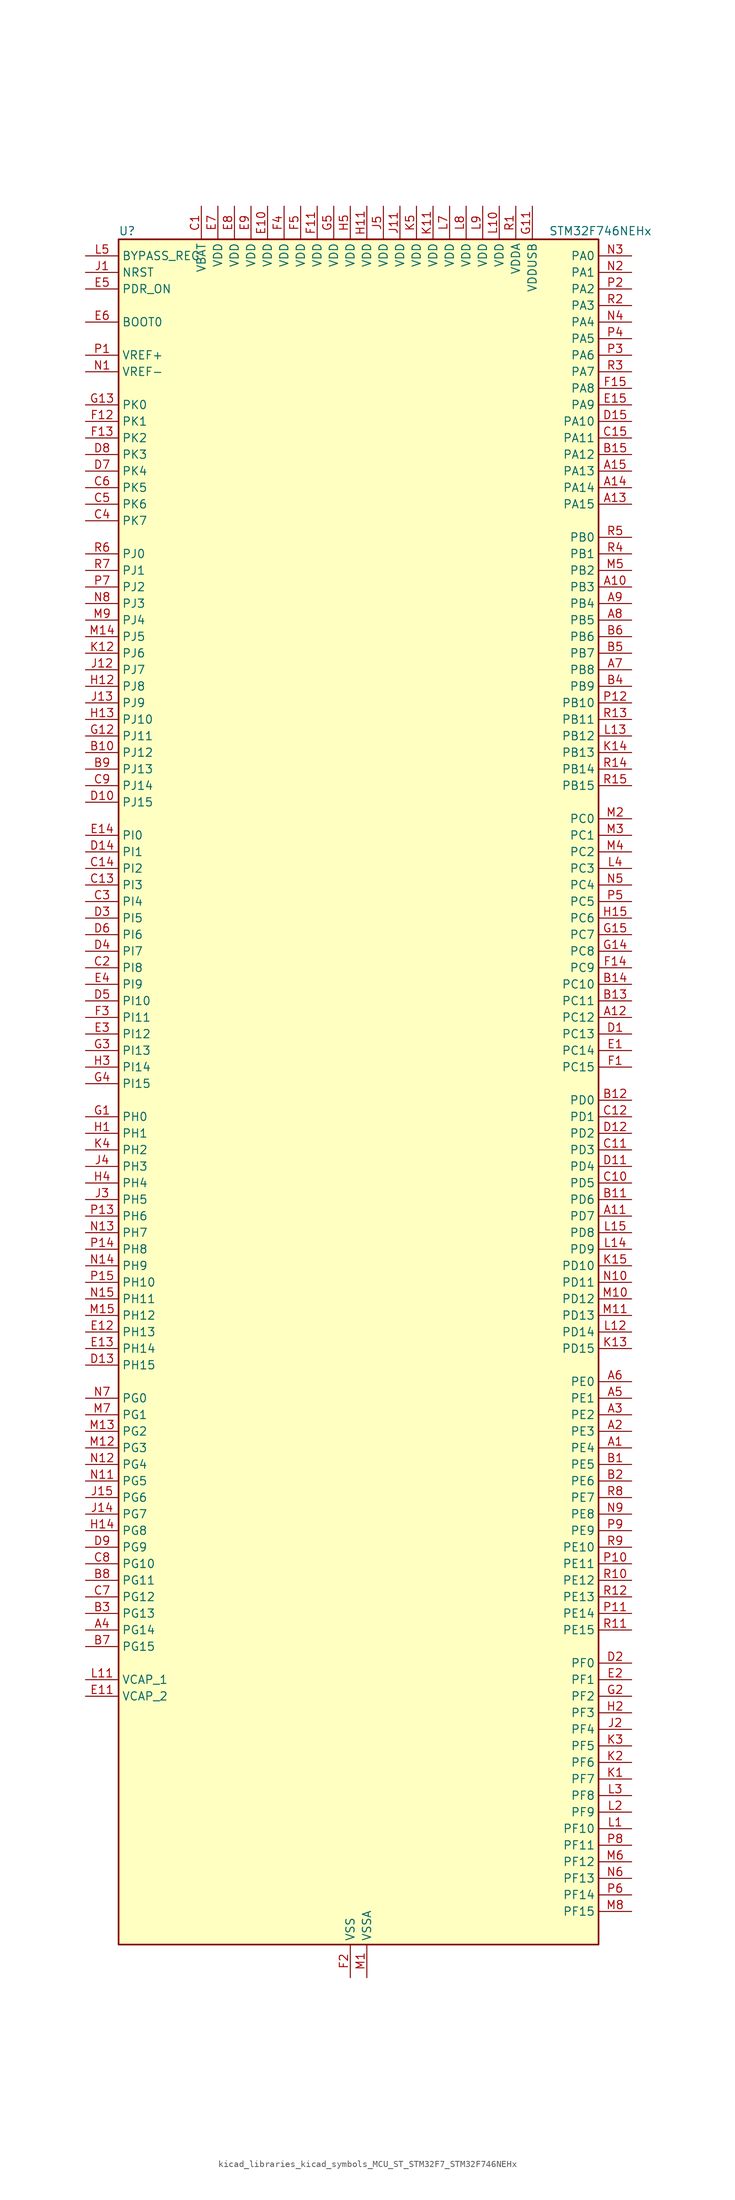
<source format=kicad_sym>
(kicad_symbol_lib
  (version 20220914)
  (generator kicad_symbol_editor)
  (symbol "kicad_libraries_kicad_symbols_MCU_ST_STM32F7_STM32F746NEHx"
    (property "Reference" "U"
      (at -35.56 133.35 0)
      (effects (font (size 1.27 1.27)) (justify left)))
    (property "Value" "STM32F746NEHx"
      (at 30.48 133.35 0)
      (effects (font (size 1.27 1.27)) (justify left)))
    (property "ki_locked" ""
      (at 0 0 0)
      (effects (font (size 1.27 1.27))))
    (symbol "kicad_libraries_kicad_symbols_MCU_ST_STM32F7_STM32F746NEHx_0_1"
      (rectangle (start -35.56 -129.54) (end 38.1 132.08) (stroke (width 0.254) (type default)) (fill (type background))))
    (symbol "kicad_libraries_kicad_symbols_MCU_ST_STM32F7_STM32F746NEHx_1_1"
      (pin bidirectional line (at 43.18 -53.34 180) (length 5.08) (name "PE4" (effects (font (size 1.27 1.27)))) (number "A1" (effects (font (size 1.27 1.27)))) (alternate "DCMI_D4" bidirectional line) (alternate "FMC_A20" bidirectional line) (alternate "LTDC_B0" bidirectional line) (alternate "SAI1_FS_A" bidirectional line) (alternate "SPI4_NSS" bidirectional line) (alternate "SYS_TRACED1" bidirectional line))
      (pin bidirectional line (at 43.18 78.74 180) (length 5.08) (name "PB3" (effects (font (size 1.27 1.27)))) (number "A10" (effects (font (size 1.27 1.27)))) (alternate "I2S1_CK" bidirectional line) (alternate "I2S3_CK" bidirectional line) (alternate "SPI1_SCK" bidirectional line) (alternate "SPI3_SCK" bidirectional line) (alternate "SYS_JTDO-SWO" bidirectional line) (alternate "TIM2_CH2" bidirectional line))
      (pin bidirectional line (at 43.18 -17.78 180) (length 5.08) (name "PD7" (effects (font (size 1.27 1.27)))) (number "A11" (effects (font (size 1.27 1.27)))) (alternate "FMC_NE1" bidirectional line) (alternate "SPDIFRX_IN0" bidirectional line) (alternate "USART2_CK" bidirectional line))
      (pin bidirectional line (at 43.18 12.7 180) (length 5.08) (name "PC12" (effects (font (size 1.27 1.27)))) (number "A12" (effects (font (size 1.27 1.27)))) (alternate "DCMI_D9" bidirectional line) (alternate "I2S3_SD" bidirectional line) (alternate "SDMMC1_CK" bidirectional line) (alternate "SPI3_MOSI" bidirectional line) (alternate "SYS_TRACED3" bidirectional line) (alternate "UART5_TX" bidirectional line) (alternate "USART3_CK" bidirectional line))
      (pin bidirectional line (at 43.18 91.44 180) (length 5.08) (name "PA15" (effects (font (size 1.27 1.27)))) (number "A13" (effects (font (size 1.27 1.27)))) (alternate "CEC" bidirectional line) (alternate "I2S1_WS" bidirectional line) (alternate "I2S3_WS" bidirectional line) (alternate "SPI1_NSS" bidirectional line) (alternate "SPI3_NSS" bidirectional line) (alternate "SYS_JTDI" bidirectional line) (alternate "TIM2_CH1" bidirectional line) (alternate "TIM2_ETR" bidirectional line) (alternate "UART4_DE" bidirectional line) (alternate "UART4_RTS" bidirectional line))
      (pin bidirectional line (at 43.18 93.98 180) (length 5.08) (name "PA14" (effects (font (size 1.27 1.27)))) (number "A14" (effects (font (size 1.27 1.27)))) (alternate "SYS_JTCK-SWCLK" bidirectional line))
      (pin bidirectional line (at 43.18 96.52 180) (length 5.08) (name "PA13" (effects (font (size 1.27 1.27)))) (number "A15" (effects (font (size 1.27 1.27)))) (alternate "SYS_JTMS-SWDIO" bidirectional line))
      (pin bidirectional line (at 43.18 -50.8 180) (length 5.08) (name "PE3" (effects (font (size 1.27 1.27)))) (number "A2" (effects (font (size 1.27 1.27)))) (alternate "FMC_A19" bidirectional line) (alternate "SAI1_SD_B" bidirectional line) (alternate "SYS_TRACED0" bidirectional line))
      (pin bidirectional line (at 43.18 -48.26 180) (length 5.08) (name "PE2" (effects (font (size 1.27 1.27)))) (number "A3" (effects (font (size 1.27 1.27)))) (alternate "ETH_TXD3" bidirectional line) (alternate "FMC_A23" bidirectional line) (alternate "QUADSPI_BK1_IO2" bidirectional line) (alternate "SAI1_MCLK_A" bidirectional line) (alternate "SPI4_SCK" bidirectional line) (alternate "SYS_TRACECLK" bidirectional line))
      (pin bidirectional line (at -40.64 -81.28 0) (length 5.08) (name "PG14" (effects (font (size 1.27 1.27)))) (number "A4" (effects (font (size 1.27 1.27)))) (alternate "ETH_TXD1" bidirectional line) (alternate "FMC_A25" bidirectional line) (alternate "LPTIM1_ETR" bidirectional line) (alternate "LTDC_B0" bidirectional line) (alternate "QUADSPI_BK2_IO3" bidirectional line) (alternate "SPI6_MOSI" bidirectional line) (alternate "SYS_TRACED1" bidirectional line) (alternate "USART6_TX" bidirectional line))
      (pin bidirectional line (at 43.18 -45.72 180) (length 5.08) (name "PE1" (effects (font (size 1.27 1.27)))) (number "A5" (effects (font (size 1.27 1.27)))) (alternate "DCMI_D3" bidirectional line) (alternate "FMC_NBL1" bidirectional line) (alternate "LPTIM1_IN2" bidirectional line) (alternate "UART8_TX" bidirectional line))
      (pin bidirectional line (at 43.18 -43.18 180) (length 5.08) (name "PE0" (effects (font (size 1.27 1.27)))) (number "A6" (effects (font (size 1.27 1.27)))) (alternate "DCMI_D2" bidirectional line) (alternate "FMC_NBL0" bidirectional line) (alternate "LPTIM1_ETR" bidirectional line) (alternate "SAI2_MCLK_A" bidirectional line) (alternate "TIM4_ETR" bidirectional line) (alternate "UART8_RX" bidirectional line))
      (pin bidirectional line (at 43.18 66.04 180) (length 5.08) (name "PB8" (effects (font (size 1.27 1.27)))) (number "A7" (effects (font (size 1.27 1.27)))) (alternate "CAN1_RX" bidirectional line) (alternate "DCMI_D6" bidirectional line) (alternate "ETH_TXD3" bidirectional line) (alternate "I2C1_SCL" bidirectional line) (alternate "LTDC_B6" bidirectional line) (alternate "SDMMC1_D4" bidirectional line) (alternate "TIM10_CH1" bidirectional line) (alternate "TIM4_CH3" bidirectional line))
      (pin bidirectional line (at 43.18 73.66 180) (length 5.08) (name "PB5" (effects (font (size 1.27 1.27)))) (number "A8" (effects (font (size 1.27 1.27)))) (alternate "CAN2_RX" bidirectional line) (alternate "DCMI_D10" bidirectional line) (alternate "ETH_PPS_OUT" bidirectional line) (alternate "FMC_SDCKE1" bidirectional line) (alternate "I2C1_SMBA" bidirectional line) (alternate "I2S1_SD" bidirectional line) (alternate "I2S3_SD" bidirectional line) (alternate "SPI1_MOSI" bidirectional line) (alternate "SPI3_MOSI" bidirectional line) (alternate "TIM3_CH2" bidirectional line) (alternate "USB_OTG_HS_ULPI_D7" bidirectional line))
      (pin bidirectional line (at 43.18 76.2 180) (length 5.08) (name "PB4" (effects (font (size 1.27 1.27)))) (number "A9" (effects (font (size 1.27 1.27)))) (alternate "I2S2_WS" bidirectional line) (alternate "SPI1_MISO" bidirectional line) (alternate "SPI2_NSS" bidirectional line) (alternate "SPI3_MISO" bidirectional line) (alternate "SYS_JTRST" bidirectional line) (alternate "TIM3_CH1" bidirectional line))
      (pin bidirectional line (at 43.18 -55.88 180) (length 5.08) (name "PE5" (effects (font (size 1.27 1.27)))) (number "B1" (effects (font (size 1.27 1.27)))) (alternate "DCMI_D6" bidirectional line) (alternate "FMC_A21" bidirectional line) (alternate "LTDC_G0" bidirectional line) (alternate "SAI1_SCK_A" bidirectional line) (alternate "SPI4_MISO" bidirectional line) (alternate "SYS_TRACED2" bidirectional line) (alternate "TIM9_CH1" bidirectional line))
      (pin bidirectional line (at -40.64 53.34 0) (length 5.08) (name "PJ12" (effects (font (size 1.27 1.27)))) (number "B10" (effects (font (size 1.27 1.27)))) (alternate "LTDC_B0" bidirectional line))
      (pin bidirectional line (at 43.18 -15.24 180) (length 5.08) (name "PD6" (effects (font (size 1.27 1.27)))) (number "B11" (effects (font (size 1.27 1.27)))) (alternate "DCMI_D10" bidirectional line) (alternate "FMC_NWAIT" bidirectional line) (alternate "I2S3_SD" bidirectional line) (alternate "LTDC_B2" bidirectional line) (alternate "SAI1_SD_A" bidirectional line) (alternate "SPI3_MOSI" bidirectional line) (alternate "USART2_RX" bidirectional line))
      (pin bidirectional line (at 43.18 0 180) (length 5.08) (name "PD0" (effects (font (size 1.27 1.27)))) (number "B12" (effects (font (size 1.27 1.27)))) (alternate "CAN1_RX" bidirectional line) (alternate "FMC_D2" bidirectional line) (alternate "FMC_DA2" bidirectional line))
      (pin bidirectional line (at 43.18 15.24 180) (length 5.08) (name "PC11" (effects (font (size 1.27 1.27)))) (number "B13" (effects (font (size 1.27 1.27)))) (alternate "ADC1_EXTI11" bidirectional line) (alternate "ADC2_EXTI11" bidirectional line) (alternate "ADC3_EXTI11" bidirectional line) (alternate "DCMI_D4" bidirectional line) (alternate "QUADSPI_BK2_NCS" bidirectional line) (alternate "SDMMC1_D3" bidirectional line) (alternate "SPI3_MISO" bidirectional line) (alternate "UART4_RX" bidirectional line) (alternate "USART3_RX" bidirectional line))
      (pin bidirectional line (at 43.18 17.78 180) (length 5.08) (name "PC10" (effects (font (size 1.27 1.27)))) (number "B14" (effects (font (size 1.27 1.27)))) (alternate "DCMI_D8" bidirectional line) (alternate "I2S3_CK" bidirectional line) (alternate "LTDC_R2" bidirectional line) (alternate "QUADSPI_BK1_IO1" bidirectional line) (alternate "SDMMC1_D2" bidirectional line) (alternate "SPI3_SCK" bidirectional line) (alternate "UART4_TX" bidirectional line) (alternate "USART3_TX" bidirectional line))
      (pin bidirectional line (at 43.18 99.06 180) (length 5.08) (name "PA12" (effects (font (size 1.27 1.27)))) (number "B15" (effects (font (size 1.27 1.27)))) (alternate "CAN1_TX" bidirectional line) (alternate "LTDC_R5" bidirectional line) (alternate "SAI2_FS_B" bidirectional line) (alternate "TIM1_ETR" bidirectional line) (alternate "USART1_DE" bidirectional line) (alternate "USART1_RTS" bidirectional line) (alternate "USB_OTG_FS_DP" bidirectional line))
      (pin bidirectional line (at 43.18 -58.42 180) (length 5.08) (name "PE6" (effects (font (size 1.27 1.27)))) (number "B2" (effects (font (size 1.27 1.27)))) (alternate "DCMI_D7" bidirectional line) (alternate "FMC_A22" bidirectional line) (alternate "LTDC_G1" bidirectional line) (alternate "SAI1_SD_A" bidirectional line) (alternate "SAI2_MCLK_B" bidirectional line) (alternate "SPI4_MOSI" bidirectional line) (alternate "SYS_TRACED3" bidirectional line) (alternate "TIM1_BKIN2" bidirectional line) (alternate "TIM9_CH2" bidirectional line))
      (pin bidirectional line (at -40.64 -78.74 0) (length 5.08) (name "PG13" (effects (font (size 1.27 1.27)))) (number "B3" (effects (font (size 1.27 1.27)))) (alternate "ETH_TXD0" bidirectional line) (alternate "FMC_A24" bidirectional line) (alternate "LPTIM1_OUT" bidirectional line) (alternate "LTDC_R0" bidirectional line) (alternate "SPI6_SCK" bidirectional line) (alternate "SYS_TRACED0" bidirectional line) (alternate "USART6_CTS" bidirectional line))
      (pin bidirectional line (at 43.18 63.5 180) (length 5.08) (name "PB9" (effects (font (size 1.27 1.27)))) (number "B4" (effects (font (size 1.27 1.27)))) (alternate "CAN1_TX" bidirectional line) (alternate "DAC_EXTI9" bidirectional line) (alternate "DCMI_D7" bidirectional line) (alternate "I2C1_SDA" bidirectional line) (alternate "I2S2_WS" bidirectional line) (alternate "LTDC_B7" bidirectional line) (alternate "SDMMC1_D5" bidirectional line) (alternate "SPI2_NSS" bidirectional line) (alternate "TIM11_CH1" bidirectional line) (alternate "TIM4_CH4" bidirectional line))
      (pin bidirectional line (at 43.18 68.58 180) (length 5.08) (name "PB7" (effects (font (size 1.27 1.27)))) (number "B5" (effects (font (size 1.27 1.27)))) (alternate "DCMI_VSYNC" bidirectional line) (alternate "FMC_NL" bidirectional line) (alternate "I2C1_SDA" bidirectional line) (alternate "TIM4_CH2" bidirectional line) (alternate "USART1_RX" bidirectional line))
      (pin bidirectional line (at 43.18 71.12 180) (length 5.08) (name "PB6" (effects (font (size 1.27 1.27)))) (number "B6" (effects (font (size 1.27 1.27)))) (alternate "CAN2_TX" bidirectional line) (alternate "CEC" bidirectional line) (alternate "DCMI_D5" bidirectional line) (alternate "FMC_SDNE1" bidirectional line) (alternate "I2C1_SCL" bidirectional line) (alternate "QUADSPI_BK1_NCS" bidirectional line) (alternate "TIM4_CH1" bidirectional line) (alternate "USART1_TX" bidirectional line))
      (pin bidirectional line (at -40.64 -83.82 0) (length 5.08) (name "PG15" (effects (font (size 1.27 1.27)))) (number "B7" (effects (font (size 1.27 1.27)))) (alternate "DCMI_D13" bidirectional line) (alternate "FMC_SDNCAS" bidirectional line) (alternate "USART6_CTS" bidirectional line))
      (pin bidirectional line (at -40.64 -73.66 0) (length 5.08) (name "PG11" (effects (font (size 1.27 1.27)))) (number "B8" (effects (font (size 1.27 1.27)))) (alternate "ADC1_EXTI11" bidirectional line) (alternate "ADC2_EXTI11" bidirectional line) (alternate "ADC3_EXTI11" bidirectional line) (alternate "DCMI_D3" bidirectional line) (alternate "ETH_TX_EN" bidirectional line) (alternate "LTDC_B3" bidirectional line) (alternate "SPDIFRX_IN0" bidirectional line))
      (pin bidirectional line (at -40.64 50.8 0) (length 5.08) (name "PJ13" (effects (font (size 1.27 1.27)))) (number "B9" (effects (font (size 1.27 1.27)))) (alternate "LTDC_B1" bidirectional line))
      (pin power_in line (at -22.86 137.16 270) (length 5.08) (name "VBAT" (effects (font (size 1.27 1.27)))) (number "C1" (effects (font (size 1.27 1.27)))))
      (pin bidirectional line (at 43.18 -12.7 180) (length 5.08) (name "PD5" (effects (font (size 1.27 1.27)))) (number "C10" (effects (font (size 1.27 1.27)))) (alternate "FMC_NWE" bidirectional line) (alternate "USART2_TX" bidirectional line))
      (pin bidirectional line (at 43.18 -7.62 180) (length 5.08) (name "PD3" (effects (font (size 1.27 1.27)))) (number "C11" (effects (font (size 1.27 1.27)))) (alternate "DCMI_D5" bidirectional line) (alternate "FMC_CLK" bidirectional line) (alternate "I2S2_CK" bidirectional line) (alternate "LTDC_G7" bidirectional line) (alternate "SPI2_SCK" bidirectional line) (alternate "USART2_CTS" bidirectional line))
      (pin bidirectional line (at 43.18 -2.54 180) (length 5.08) (name "PD1" (effects (font (size 1.27 1.27)))) (number "C12" (effects (font (size 1.27 1.27)))) (alternate "CAN1_TX" bidirectional line) (alternate "FMC_D3" bidirectional line) (alternate "FMC_DA3" bidirectional line))
      (pin bidirectional line (at -40.64 33.02 0) (length 5.08) (name "PI3" (effects (font (size 1.27 1.27)))) (number "C13" (effects (font (size 1.27 1.27)))) (alternate "DCMI_D10" bidirectional line) (alternate "FMC_D27" bidirectional line) (alternate "I2S2_SD" bidirectional line) (alternate "SPI2_MOSI" bidirectional line) (alternate "TIM8_ETR" bidirectional line))
      (pin bidirectional line (at -40.64 35.56 0) (length 5.08) (name "PI2" (effects (font (size 1.27 1.27)))) (number "C14" (effects (font (size 1.27 1.27)))) (alternate "DCMI_D9" bidirectional line) (alternate "FMC_D26" bidirectional line) (alternate "LTDC_G7" bidirectional line) (alternate "SPI2_MISO" bidirectional line) (alternate "TIM8_CH4" bidirectional line))
      (pin bidirectional line (at 43.18 101.6 180) (length 5.08) (name "PA11" (effects (font (size 1.27 1.27)))) (number "C15" (effects (font (size 1.27 1.27)))) (alternate "ADC1_EXTI11" bidirectional line) (alternate "ADC2_EXTI11" bidirectional line) (alternate "ADC3_EXTI11" bidirectional line) (alternate "CAN1_RX" bidirectional line) (alternate "LTDC_R4" bidirectional line) (alternate "TIM1_CH4" bidirectional line) (alternate "USART1_CTS" bidirectional line) (alternate "USB_OTG_FS_DM" bidirectional line))
      (pin bidirectional line (at -40.64 20.32 0) (length 5.08) (name "PI8" (effects (font (size 1.27 1.27)))) (number "C2" (effects (font (size 1.27 1.27)))) (alternate "RTC_TAMP2" bidirectional line) (alternate "RTC_TS" bidirectional line) (alternate "SYS_WKUP5" bidirectional line))
      (pin bidirectional line (at -40.64 30.48 0) (length 5.08) (name "PI4" (effects (font (size 1.27 1.27)))) (number "C3" (effects (font (size 1.27 1.27)))) (alternate "DCMI_D5" bidirectional line) (alternate "FMC_NBL2" bidirectional line) (alternate "LTDC_B4" bidirectional line) (alternate "SAI2_MCLK_A" bidirectional line) (alternate "TIM8_BKIN" bidirectional line))
      (pin bidirectional line (at -40.64 88.9 0) (length 5.08) (name "PK7" (effects (font (size 1.27 1.27)))) (number "C4" (effects (font (size 1.27 1.27)))) (alternate "LTDC_DE" bidirectional line))
      (pin bidirectional line (at -40.64 91.44 0) (length 5.08) (name "PK6" (effects (font (size 1.27 1.27)))) (number "C5" (effects (font (size 1.27 1.27)))) (alternate "LTDC_B7" bidirectional line))
      (pin bidirectional line (at -40.64 93.98 0) (length 5.08) (name "PK5" (effects (font (size 1.27 1.27)))) (number "C6" (effects (font (size 1.27 1.27)))) (alternate "LTDC_B6" bidirectional line))
      (pin bidirectional line (at -40.64 -76.2 0) (length 5.08) (name "PG12" (effects (font (size 1.27 1.27)))) (number "C7" (effects (font (size 1.27 1.27)))) (alternate "FMC_NE4" bidirectional line) (alternate "LPTIM1_IN1" bidirectional line) (alternate "LTDC_B1" bidirectional line) (alternate "LTDC_B4" bidirectional line) (alternate "SPDIFRX_IN1" bidirectional line) (alternate "SPI6_MISO" bidirectional line) (alternate "USART6_DE" bidirectional line) (alternate "USART6_RTS" bidirectional line))
      (pin bidirectional line (at -40.64 -71.12 0) (length 5.08) (name "PG10" (effects (font (size 1.27 1.27)))) (number "C8" (effects (font (size 1.27 1.27)))) (alternate "DCMI_D2" bidirectional line) (alternate "FMC_NE3" bidirectional line) (alternate "LTDC_B2" bidirectional line) (alternate "LTDC_G3" bidirectional line) (alternate "SAI2_SD_B" bidirectional line))
      (pin bidirectional line (at -40.64 48.26 0) (length 5.08) (name "PJ14" (effects (font (size 1.27 1.27)))) (number "C9" (effects (font (size 1.27 1.27)))) (alternate "LTDC_B2" bidirectional line))
      (pin bidirectional line (at 43.18 10.16 180) (length 5.08) (name "PC13" (effects (font (size 1.27 1.27)))) (number "D1" (effects (font (size 1.27 1.27)))) (alternate "RTC_OUT" bidirectional line) (alternate "RTC_TAMP1" bidirectional line) (alternate "RTC_TS" bidirectional line) (alternate "SYS_WKUP4" bidirectional line))
      (pin bidirectional line (at -40.64 45.72 0) (length 5.08) (name "PJ15" (effects (font (size 1.27 1.27)))) (number "D10" (effects (font (size 1.27 1.27)))) (alternate "LTDC_B3" bidirectional line))
      (pin bidirectional line (at 43.18 -10.16 180) (length 5.08) (name "PD4" (effects (font (size 1.27 1.27)))) (number "D11" (effects (font (size 1.27 1.27)))) (alternate "FMC_NOE" bidirectional line) (alternate "USART2_DE" bidirectional line) (alternate "USART2_RTS" bidirectional line))
      (pin bidirectional line (at 43.18 -5.08 180) (length 5.08) (name "PD2" (effects (font (size 1.27 1.27)))) (number "D12" (effects (font (size 1.27 1.27)))) (alternate "DCMI_D11" bidirectional line) (alternate "SDMMC1_CMD" bidirectional line) (alternate "SYS_TRACED2" bidirectional line) (alternate "TIM3_ETR" bidirectional line) (alternate "UART5_RX" bidirectional line))
      (pin bidirectional line (at -40.64 -40.64 0) (length 5.08) (name "PH15" (effects (font (size 1.27 1.27)))) (number "D13" (effects (font (size 1.27 1.27)))) (alternate "DCMI_D11" bidirectional line) (alternate "FMC_D23" bidirectional line) (alternate "LTDC_G4" bidirectional line) (alternate "TIM8_CH3N" bidirectional line))
      (pin bidirectional line (at -40.64 38.1 0) (length 5.08) (name "PI1" (effects (font (size 1.27 1.27)))) (number "D14" (effects (font (size 1.27 1.27)))) (alternate "DCMI_D8" bidirectional line) (alternate "FMC_D25" bidirectional line) (alternate "I2S2_CK" bidirectional line) (alternate "LTDC_G6" bidirectional line) (alternate "SPI2_SCK" bidirectional line) (alternate "TIM8_BKIN2" bidirectional line))
      (pin bidirectional line (at 43.18 104.14 180) (length 5.08) (name "PA10" (effects (font (size 1.27 1.27)))) (number "D15" (effects (font (size 1.27 1.27)))) (alternate "DCMI_D1" bidirectional line) (alternate "TIM1_CH3" bidirectional line) (alternate "USART1_RX" bidirectional line) (alternate "USB_OTG_FS_ID" bidirectional line))
      (pin bidirectional line (at 43.18 -86.36 180) (length 5.08) (name "PF0" (effects (font (size 1.27 1.27)))) (number "D2" (effects (font (size 1.27 1.27)))) (alternate "FMC_A0" bidirectional line) (alternate "I2C2_SDA" bidirectional line))
      (pin bidirectional line (at -40.64 27.94 0) (length 5.08) (name "PI5" (effects (font (size 1.27 1.27)))) (number "D3" (effects (font (size 1.27 1.27)))) (alternate "DCMI_VSYNC" bidirectional line) (alternate "FMC_NBL3" bidirectional line) (alternate "LTDC_B5" bidirectional line) (alternate "SAI2_SCK_A" bidirectional line) (alternate "TIM8_CH1" bidirectional line))
      (pin bidirectional line (at -40.64 22.86 0) (length 5.08) (name "PI7" (effects (font (size 1.27 1.27)))) (number "D4" (effects (font (size 1.27 1.27)))) (alternate "DCMI_D7" bidirectional line) (alternate "FMC_D29" bidirectional line) (alternate "LTDC_B7" bidirectional line) (alternate "SAI2_FS_A" bidirectional line) (alternate "TIM8_CH3" bidirectional line))
      (pin bidirectional line (at -40.64 15.24 0) (length 5.08) (name "PI10" (effects (font (size 1.27 1.27)))) (number "D5" (effects (font (size 1.27 1.27)))) (alternate "ETH_RX_ER" bidirectional line) (alternate "FMC_D31" bidirectional line) (alternate "LTDC_HSYNC" bidirectional line))
      (pin bidirectional line (at -40.64 25.4 0) (length 5.08) (name "PI6" (effects (font (size 1.27 1.27)))) (number "D6" (effects (font (size 1.27 1.27)))) (alternate "DCMI_D6" bidirectional line) (alternate "FMC_D28" bidirectional line) (alternate "LTDC_B6" bidirectional line) (alternate "SAI2_SD_A" bidirectional line) (alternate "TIM8_CH2" bidirectional line))
      (pin bidirectional line (at -40.64 96.52 0) (length 5.08) (name "PK4" (effects (font (size 1.27 1.27)))) (number "D7" (effects (font (size 1.27 1.27)))) (alternate "LTDC_B5" bidirectional line))
      (pin bidirectional line (at -40.64 99.06 0) (length 5.08) (name "PK3" (effects (font (size 1.27 1.27)))) (number "D8" (effects (font (size 1.27 1.27)))) (alternate "LTDC_B4" bidirectional line))
      (pin bidirectional line (at -40.64 -68.58 0) (length 5.08) (name "PG9" (effects (font (size 1.27 1.27)))) (number "D9" (effects (font (size 1.27 1.27)))) (alternate "DAC_EXTI9" bidirectional line) (alternate "DCMI_VSYNC" bidirectional line) (alternate "FMC_NCE" bidirectional line) (alternate "FMC_NE2" bidirectional line) (alternate "QUADSPI_BK2_IO2" bidirectional line) (alternate "SAI2_FS_B" bidirectional line) (alternate "SPDIFRX_IN3" bidirectional line) (alternate "USART6_RX" bidirectional line))
      (pin bidirectional line (at 43.18 7.62 180) (length 5.08) (name "PC14" (effects (font (size 1.27 1.27)))) (number "E1" (effects (font (size 1.27 1.27)))) (alternate "RCC_OSC32_IN" bidirectional line))
      (pin power_in line (at -12.7 137.16 270) (length 5.08) (name "VDD" (effects (font (size 1.27 1.27)))) (number "E10" (effects (font (size 1.27 1.27)))))
      (pin power_out line (at -40.64 -91.44 0) (length 5.08) (name "VCAP_2" (effects (font (size 1.27 1.27)))) (number "E11" (effects (font (size 1.27 1.27)))))
      (pin bidirectional line (at -40.64 -35.56 0) (length 5.08) (name "PH13" (effects (font (size 1.27 1.27)))) (number "E12" (effects (font (size 1.27 1.27)))) (alternate "CAN1_TX" bidirectional line) (alternate "FMC_D21" bidirectional line) (alternate "LTDC_G2" bidirectional line) (alternate "TIM8_CH1N" bidirectional line))
      (pin bidirectional line (at -40.64 -38.1 0) (length 5.08) (name "PH14" (effects (font (size 1.27 1.27)))) (number "E13" (effects (font (size 1.27 1.27)))) (alternate "DCMI_D4" bidirectional line) (alternate "FMC_D22" bidirectional line) (alternate "LTDC_G3" bidirectional line) (alternate "TIM8_CH2N" bidirectional line))
      (pin bidirectional line (at -40.64 40.64 0) (length 5.08) (name "PI0" (effects (font (size 1.27 1.27)))) (number "E14" (effects (font (size 1.27 1.27)))) (alternate "DCMI_D13" bidirectional line) (alternate "FMC_D24" bidirectional line) (alternate "I2S2_WS" bidirectional line) (alternate "LTDC_G5" bidirectional line) (alternate "SPI2_NSS" bidirectional line) (alternate "TIM5_CH4" bidirectional line))
      (pin bidirectional line (at 43.18 106.68 180) (length 5.08) (name "PA9" (effects (font (size 1.27 1.27)))) (number "E15" (effects (font (size 1.27 1.27)))) (alternate "DAC_EXTI9" bidirectional line) (alternate "DCMI_D0" bidirectional line) (alternate "I2C3_SMBA" bidirectional line) (alternate "I2S2_CK" bidirectional line) (alternate "SPI2_SCK" bidirectional line) (alternate "TIM1_CH2" bidirectional line) (alternate "USART1_TX" bidirectional line) (alternate "USB_OTG_FS_VBUS" bidirectional line))
      (pin bidirectional line (at 43.18 -88.9 180) (length 5.08) (name "PF1" (effects (font (size 1.27 1.27)))) (number "E2" (effects (font (size 1.27 1.27)))) (alternate "FMC_A1" bidirectional line) (alternate "I2C2_SCL" bidirectional line))
      (pin bidirectional line (at -40.64 10.16 0) (length 5.08) (name "PI12" (effects (font (size 1.27 1.27)))) (number "E3" (effects (font (size 1.27 1.27)))) (alternate "LTDC_HSYNC" bidirectional line))
      (pin bidirectional line (at -40.64 17.78 0) (length 5.08) (name "PI9" (effects (font (size 1.27 1.27)))) (number "E4" (effects (font (size 1.27 1.27)))) (alternate "CAN1_RX" bidirectional line) (alternate "DAC_EXTI9" bidirectional line) (alternate "FMC_D30" bidirectional line) (alternate "LTDC_VSYNC" bidirectional line))
      (pin input line (at -40.64 124.46 0) (length 5.08) (name "PDR_ON" (effects (font (size 1.27 1.27)))) (number "E5" (effects (font (size 1.27 1.27)))))
      (pin input line (at -40.64 119.38 0) (length 5.08) (name "BOOT0" (effects (font (size 1.27 1.27)))) (number "E6" (effects (font (size 1.27 1.27)))))
      (pin power_in line (at -20.32 137.16 270) (length 5.08) (name "VDD" (effects (font (size 1.27 1.27)))) (number "E7" (effects (font (size 1.27 1.27)))))
      (pin power_in line (at -17.78 137.16 270) (length 5.08) (name "VDD" (effects (font (size 1.27 1.27)))) (number "E8" (effects (font (size 1.27 1.27)))))
      (pin power_in line (at -15.24 137.16 270) (length 5.08) (name "VDD" (effects (font (size 1.27 1.27)))) (number "E9" (effects (font (size 1.27 1.27)))))
      (pin bidirectional line (at 43.18 5.08 180) (length 5.08) (name "PC15" (effects (font (size 1.27 1.27)))) (number "F1" (effects (font (size 1.27 1.27)))) (alternate "RCC_OSC32_OUT" bidirectional line))
      (pin passive line (at 0 -134.62 90) (length 5.08) hide (name "VSS" (effects (font (size 1.27 1.27)))) (number "F10" (effects (font (size 1.27 1.27)))))
      (pin power_in line (at -5.08 137.16 270) (length 5.08) (name "VDD" (effects (font (size 1.27 1.27)))) (number "F11" (effects (font (size 1.27 1.27)))))
      (pin bidirectional line (at -40.64 104.14 0) (length 5.08) (name "PK1" (effects (font (size 1.27 1.27)))) (number "F12" (effects (font (size 1.27 1.27)))) (alternate "LTDC_G6" bidirectional line))
      (pin bidirectional line (at -40.64 101.6 0) (length 5.08) (name "PK2" (effects (font (size 1.27 1.27)))) (number "F13" (effects (font (size 1.27 1.27)))) (alternate "LTDC_G7" bidirectional line))
      (pin bidirectional line (at 43.18 20.32 180) (length 5.08) (name "PC9" (effects (font (size 1.27 1.27)))) (number "F14" (effects (font (size 1.27 1.27)))) (alternate "DAC_EXTI9" bidirectional line) (alternate "DCMI_D3" bidirectional line) (alternate "I2C3_SDA" bidirectional line) (alternate "I2S_CKIN" bidirectional line) (alternate "QUADSPI_BK1_IO0" bidirectional line) (alternate "RCC_MCO_2" bidirectional line) (alternate "SDMMC1_D1" bidirectional line) (alternate "TIM3_CH4" bidirectional line) (alternate "TIM8_CH4" bidirectional line) (alternate "UART5_CTS" bidirectional line))
      (pin bidirectional line (at 43.18 109.22 180) (length 5.08) (name "PA8" (effects (font (size 1.27 1.27)))) (number "F15" (effects (font (size 1.27 1.27)))) (alternate "I2C3_SCL" bidirectional line) (alternate "LTDC_R6" bidirectional line) (alternate "RCC_MCO_1" bidirectional line) (alternate "TIM1_CH1" bidirectional line) (alternate "TIM8_BKIN2" bidirectional line) (alternate "USART1_CK" bidirectional line) (alternate "USB_OTG_FS_SOF" bidirectional line))
      (pin power_in line (at 0 -134.62 90) (length 5.08) (name "VSS" (effects (font (size 1.27 1.27)))) (number "F2" (effects (font (size 1.27 1.27)))))
      (pin bidirectional line (at -40.64 12.7 0) (length 5.08) (name "PI11" (effects (font (size 1.27 1.27)))) (number "F3" (effects (font (size 1.27 1.27)))) (alternate "ADC1_EXTI11" bidirectional line) (alternate "ADC2_EXTI11" bidirectional line) (alternate "ADC3_EXTI11" bidirectional line) (alternate "SYS_WKUP6" bidirectional line) (alternate "USB_OTG_HS_ULPI_DIR" bidirectional line))
      (pin power_in line (at -10.16 137.16 270) (length 5.08) (name "VDD" (effects (font (size 1.27 1.27)))) (number "F4" (effects (font (size 1.27 1.27)))))
      (pin power_in line (at -7.62 137.16 270) (length 5.08) (name "VDD" (effects (font (size 1.27 1.27)))) (number "F5" (effects (font (size 1.27 1.27)))))
      (pin passive line (at 0 -134.62 90) (length 5.08) hide (name "VSS" (effects (font (size 1.27 1.27)))) (number "F6" (effects (font (size 1.27 1.27)))))
      (pin passive line (at 0 -134.62 90) (length 5.08) hide (name "VSS" (effects (font (size 1.27 1.27)))) (number "F7" (effects (font (size 1.27 1.27)))))
      (pin passive line (at 0 -134.62 90) (length 5.08) hide (name "VSS" (effects (font (size 1.27 1.27)))) (number "F8" (effects (font (size 1.27 1.27)))))
      (pin passive line (at 0 -134.62 90) (length 5.08) hide (name "VSS" (effects (font (size 1.27 1.27)))) (number "F9" (effects (font (size 1.27 1.27)))))
      (pin bidirectional line (at -40.64 -2.54 0) (length 5.08) (name "PH0" (effects (font (size 1.27 1.27)))) (number "G1" (effects (font (size 1.27 1.27)))) (alternate "RCC_OSC_IN" bidirectional line))
      (pin passive line (at 0 -134.62 90) (length 5.08) hide (name "VSS" (effects (font (size 1.27 1.27)))) (number "G10" (effects (font (size 1.27 1.27)))))
      (pin power_in line (at 27.94 137.16 270) (length 5.08) (name "VDDUSB" (effects (font (size 1.27 1.27)))) (number "G11" (effects (font (size 1.27 1.27)))))
      (pin bidirectional line (at -40.64 55.88 0) (length 5.08) (name "PJ11" (effects (font (size 1.27 1.27)))) (number "G12" (effects (font (size 1.27 1.27)))) (alternate "ADC1_EXTI11" bidirectional line) (alternate "ADC2_EXTI11" bidirectional line) (alternate "ADC3_EXTI11" bidirectional line) (alternate "LTDC_G4" bidirectional line))
      (pin bidirectional line (at -40.64 106.68 0) (length 5.08) (name "PK0" (effects (font (size 1.27 1.27)))) (number "G13" (effects (font (size 1.27 1.27)))) (alternate "LTDC_G5" bidirectional line))
      (pin bidirectional line (at 43.18 22.86 180) (length 5.08) (name "PC8" (effects (font (size 1.27 1.27)))) (number "G14" (effects (font (size 1.27 1.27)))) (alternate "DCMI_D2" bidirectional line) (alternate "SDMMC1_D0" bidirectional line) (alternate "SYS_TRACED1" bidirectional line) (alternate "TIM3_CH3" bidirectional line) (alternate "TIM8_CH3" bidirectional line) (alternate "UART5_DE" bidirectional line) (alternate "UART5_RTS" bidirectional line) (alternate "USART6_CK" bidirectional line))
      (pin bidirectional line (at 43.18 25.4 180) (length 5.08) (name "PC7" (effects (font (size 1.27 1.27)))) (number "G15" (effects (font (size 1.27 1.27)))) (alternate "DCMI_D1" bidirectional line) (alternate "I2S3_MCK" bidirectional line) (alternate "LTDC_G6" bidirectional line) (alternate "SDMMC1_D7" bidirectional line) (alternate "TIM3_CH2" bidirectional line) (alternate "TIM8_CH2" bidirectional line) (alternate "USART6_RX" bidirectional line))
      (pin bidirectional line (at 43.18 -91.44 180) (length 5.08) (name "PF2" (effects (font (size 1.27 1.27)))) (number "G2" (effects (font (size 1.27 1.27)))) (alternate "FMC_A2" bidirectional line) (alternate "I2C2_SMBA" bidirectional line))
      (pin bidirectional line (at -40.64 7.62 0) (length 5.08) (name "PI13" (effects (font (size 1.27 1.27)))) (number "G3" (effects (font (size 1.27 1.27)))) (alternate "LTDC_VSYNC" bidirectional line))
      (pin bidirectional line (at -40.64 2.54 0) (length 5.08) (name "PI15" (effects (font (size 1.27 1.27)))) (number "G4" (effects (font (size 1.27 1.27)))) (alternate "LTDC_R0" bidirectional line))
      (pin power_in line (at -2.54 137.16 270) (length 5.08) (name "VDD" (effects (font (size 1.27 1.27)))) (number "G5" (effects (font (size 1.27 1.27)))))
      (pin passive line (at 0 -134.62 90) (length 5.08) hide (name "VSS" (effects (font (size 1.27 1.27)))) (number "G6" (effects (font (size 1.27 1.27)))))
      (pin bidirectional line (at -40.64 -5.08 0) (length 5.08) (name "PH1" (effects (font (size 1.27 1.27)))) (number "H1" (effects (font (size 1.27 1.27)))) (alternate "RCC_OSC_OUT" bidirectional line))
      (pin passive line (at 0 -134.62 90) (length 5.08) hide (name "VSS" (effects (font (size 1.27 1.27)))) (number "H10" (effects (font (size 1.27 1.27)))))
      (pin power_in line (at 2.54 137.16 270) (length 5.08) (name "VDD" (effects (font (size 1.27 1.27)))) (number "H11" (effects (font (size 1.27 1.27)))))
      (pin bidirectional line (at -40.64 63.5 0) (length 5.08) (name "PJ8" (effects (font (size 1.27 1.27)))) (number "H12" (effects (font (size 1.27 1.27)))) (alternate "LTDC_G1" bidirectional line))
      (pin bidirectional line (at -40.64 58.42 0) (length 5.08) (name "PJ10" (effects (font (size 1.27 1.27)))) (number "H13" (effects (font (size 1.27 1.27)))) (alternate "LTDC_G3" bidirectional line))
      (pin bidirectional line (at -40.64 -66.04 0) (length 5.08) (name "PG8" (effects (font (size 1.27 1.27)))) (number "H14" (effects (font (size 1.27 1.27)))) (alternate "ETH_PPS_OUT" bidirectional line) (alternate "FMC_SDCLK" bidirectional line) (alternate "SPDIFRX_IN2" bidirectional line) (alternate "SPI6_NSS" bidirectional line) (alternate "USART6_DE" bidirectional line) (alternate "USART6_RTS" bidirectional line))
      (pin bidirectional line (at 43.18 27.94 180) (length 5.08) (name "PC6" (effects (font (size 1.27 1.27)))) (number "H15" (effects (font (size 1.27 1.27)))) (alternate "DCMI_D0" bidirectional line) (alternate "I2S2_MCK" bidirectional line) (alternate "LTDC_HSYNC" bidirectional line) (alternate "SDMMC1_D6" bidirectional line) (alternate "TIM3_CH1" bidirectional line) (alternate "TIM8_CH1" bidirectional line) (alternate "USART6_TX" bidirectional line))
      (pin bidirectional line (at 43.18 -93.98 180) (length 5.08) (name "PF3" (effects (font (size 1.27 1.27)))) (number "H2" (effects (font (size 1.27 1.27)))) (alternate "ADC3_IN9" bidirectional line) (alternate "FMC_A3" bidirectional line))
      (pin bidirectional line (at -40.64 5.08 0) (length 5.08) (name "PI14" (effects (font (size 1.27 1.27)))) (number "H3" (effects (font (size 1.27 1.27)))) (alternate "LTDC_CLK" bidirectional line))
      (pin bidirectional line (at -40.64 -12.7 0) (length 5.08) (name "PH4" (effects (font (size 1.27 1.27)))) (number "H4" (effects (font (size 1.27 1.27)))) (alternate "I2C2_SCL" bidirectional line) (alternate "USB_OTG_HS_ULPI_NXT" bidirectional line))
      (pin power_in line (at 0 137.16 270) (length 5.08) (name "VDD" (effects (font (size 1.27 1.27)))) (number "H5" (effects (font (size 1.27 1.27)))))
      (pin passive line (at 0 -134.62 90) (length 5.08) hide (name "VSS" (effects (font (size 1.27 1.27)))) (number "H6" (effects (font (size 1.27 1.27)))))
      (pin input line (at -40.64 127 0) (length 5.08) (name "NRST" (effects (font (size 1.27 1.27)))) (number "J1" (effects (font (size 1.27 1.27)))))
      (pin passive line (at 0 -134.62 90) (length 5.08) hide (name "VSS" (effects (font (size 1.27 1.27)))) (number "J10" (effects (font (size 1.27 1.27)))))
      (pin power_in line (at 7.62 137.16 270) (length 5.08) (name "VDD" (effects (font (size 1.27 1.27)))) (number "J11" (effects (font (size 1.27 1.27)))))
      (pin bidirectional line (at -40.64 66.04 0) (length 5.08) (name "PJ7" (effects (font (size 1.27 1.27)))) (number "J12" (effects (font (size 1.27 1.27)))) (alternate "LTDC_G0" bidirectional line))
      (pin bidirectional line (at -40.64 60.96 0) (length 5.08) (name "PJ9" (effects (font (size 1.27 1.27)))) (number "J13" (effects (font (size 1.27 1.27)))) (alternate "DAC_EXTI9" bidirectional line) (alternate "LTDC_G2" bidirectional line))
      (pin bidirectional line (at -40.64 -63.5 0) (length 5.08) (name "PG7" (effects (font (size 1.27 1.27)))) (number "J14" (effects (font (size 1.27 1.27)))) (alternate "DCMI_D13" bidirectional line) (alternate "FMC_INT" bidirectional line) (alternate "LTDC_CLK" bidirectional line) (alternate "USART6_CK" bidirectional line))
      (pin bidirectional line (at -40.64 -60.96 0) (length 5.08) (name "PG6" (effects (font (size 1.27 1.27)))) (number "J15" (effects (font (size 1.27 1.27)))) (alternate "DCMI_D12" bidirectional line) (alternate "LTDC_R7" bidirectional line))
      (pin bidirectional line (at 43.18 -96.52 180) (length 5.08) (name "PF4" (effects (font (size 1.27 1.27)))) (number "J2" (effects (font (size 1.27 1.27)))) (alternate "ADC3_IN14" bidirectional line) (alternate "FMC_A4" bidirectional line))
      (pin bidirectional line (at -40.64 -15.24 0) (length 5.08) (name "PH5" (effects (font (size 1.27 1.27)))) (number "J3" (effects (font (size 1.27 1.27)))) (alternate "FMC_SDNWE" bidirectional line) (alternate "I2C2_SDA" bidirectional line) (alternate "SPI5_NSS" bidirectional line))
      (pin bidirectional line (at -40.64 -10.16 0) (length 5.08) (name "PH3" (effects (font (size 1.27 1.27)))) (number "J4" (effects (font (size 1.27 1.27)))) (alternate "ETH_COL" bidirectional line) (alternate "FMC_SDNE0" bidirectional line) (alternate "LTDC_R1" bidirectional line) (alternate "QUADSPI_BK2_IO1" bidirectional line) (alternate "SAI2_MCLK_B" bidirectional line))
      (pin power_in line (at 5.08 137.16 270) (length 5.08) (name "VDD" (effects (font (size 1.27 1.27)))) (number "J5" (effects (font (size 1.27 1.27)))))
      (pin passive line (at 0 -134.62 90) (length 5.08) hide (name "VSS" (effects (font (size 1.27 1.27)))) (number "J6" (effects (font (size 1.27 1.27)))))
      (pin bidirectional line (at 43.18 -104.14 180) (length 5.08) (name "PF7" (effects (font (size 1.27 1.27)))) (number "K1" (effects (font (size 1.27 1.27)))) (alternate "ADC3_IN5" bidirectional line) (alternate "QUADSPI_BK1_IO2" bidirectional line) (alternate "SAI1_MCLK_B" bidirectional line) (alternate "SPI5_SCK" bidirectional line) (alternate "TIM11_CH1" bidirectional line) (alternate "UART7_TX" bidirectional line))
      (pin passive line (at 0 -134.62 90) (length 5.08) hide (name "VSS" (effects (font (size 1.27 1.27)))) (number "K10" (effects (font (size 1.27 1.27)))))
      (pin power_in line (at 12.7 137.16 270) (length 5.08) (name "VDD" (effects (font (size 1.27 1.27)))) (number "K11" (effects (font (size 1.27 1.27)))))
      (pin bidirectional line (at -40.64 68.58 0) (length 5.08) (name "PJ6" (effects (font (size 1.27 1.27)))) (number "K12" (effects (font (size 1.27 1.27)))) (alternate "LTDC_R7" bidirectional line))
      (pin bidirectional line (at 43.18 -38.1 180) (length 5.08) (name "PD15" (effects (font (size 1.27 1.27)))) (number "K13" (effects (font (size 1.27 1.27)))) (alternate "FMC_D1" bidirectional line) (alternate "FMC_DA1" bidirectional line) (alternate "TIM4_CH4" bidirectional line) (alternate "UART8_DE" bidirectional line) (alternate "UART8_RTS" bidirectional line))
      (pin bidirectional line (at 43.18 53.34 180) (length 5.08) (name "PB13" (effects (font (size 1.27 1.27)))) (number "K14" (effects (font (size 1.27 1.27)))) (alternate "CAN2_TX" bidirectional line) (alternate "ETH_TXD1" bidirectional line) (alternate "I2S2_CK" bidirectional line) (alternate "SPI2_SCK" bidirectional line) (alternate "TIM1_CH1N" bidirectional line) (alternate "USART3_CTS" bidirectional line) (alternate "USB_OTG_HS_ULPI_D6" bidirectional line) (alternate "USB_OTG_HS_VBUS" bidirectional line))
      (pin bidirectional line (at 43.18 -25.4 180) (length 5.08) (name "PD10" (effects (font (size 1.27 1.27)))) (number "K15" (effects (font (size 1.27 1.27)))) (alternate "FMC_D15" bidirectional line) (alternate "FMC_DA15" bidirectional line) (alternate "LTDC_B3" bidirectional line) (alternate "USART3_CK" bidirectional line))
      (pin bidirectional line (at 43.18 -101.6 180) (length 5.08) (name "PF6" (effects (font (size 1.27 1.27)))) (number "K2" (effects (font (size 1.27 1.27)))) (alternate "ADC3_IN4" bidirectional line) (alternate "QUADSPI_BK1_IO3" bidirectional line) (alternate "SAI1_SD_B" bidirectional line) (alternate "SPI5_NSS" bidirectional line) (alternate "TIM10_CH1" bidirectional line) (alternate "UART7_RX" bidirectional line))
      (pin bidirectional line (at 43.18 -99.06 180) (length 5.08) (name "PF5" (effects (font (size 1.27 1.27)))) (number "K3" (effects (font (size 1.27 1.27)))) (alternate "ADC3_IN15" bidirectional line) (alternate "FMC_A5" bidirectional line))
      (pin bidirectional line (at -40.64 -7.62 0) (length 5.08) (name "PH2" (effects (font (size 1.27 1.27)))) (number "K4" (effects (font (size 1.27 1.27)))) (alternate "ETH_CRS" bidirectional line) (alternate "FMC_SDCKE0" bidirectional line) (alternate "LPTIM1_IN2" bidirectional line) (alternate "LTDC_R0" bidirectional line) (alternate "QUADSPI_BK2_IO0" bidirectional line) (alternate "SAI2_SCK_B" bidirectional line))
      (pin power_in line (at 10.16 137.16 270) (length 5.08) (name "VDD" (effects (font (size 1.27 1.27)))) (number "K5" (effects (font (size 1.27 1.27)))))
      (pin passive line (at 0 -134.62 90) (length 5.08) hide (name "VSS" (effects (font (size 1.27 1.27)))) (number "K6" (effects (font (size 1.27 1.27)))))
      (pin passive line (at 0 -134.62 90) (length 5.08) hide (name "VSS" (effects (font (size 1.27 1.27)))) (number "K7" (effects (font (size 1.27 1.27)))))
      (pin passive line (at 0 -134.62 90) (length 5.08) hide (name "VSS" (effects (font (size 1.27 1.27)))) (number "K8" (effects (font (size 1.27 1.27)))))
      (pin passive line (at 0 -134.62 90) (length 5.08) hide (name "VSS" (effects (font (size 1.27 1.27)))) (number "K9" (effects (font (size 1.27 1.27)))))
      (pin bidirectional line (at 43.18 -111.76 180) (length 5.08) (name "PF10" (effects (font (size 1.27 1.27)))) (number "L1" (effects (font (size 1.27 1.27)))) (alternate "ADC3_IN8" bidirectional line) (alternate "DCMI_D11" bidirectional line) (alternate "LTDC_DE" bidirectional line))
      (pin power_in line (at 22.86 137.16 270) (length 5.08) (name "VDD" (effects (font (size 1.27 1.27)))) (number "L10" (effects (font (size 1.27 1.27)))))
      (pin power_out line (at -40.64 -88.9 0) (length 5.08) (name "VCAP_1" (effects (font (size 1.27 1.27)))) (number "L11" (effects (font (size 1.27 1.27)))))
      (pin bidirectional line (at 43.18 -35.56 180) (length 5.08) (name "PD14" (effects (font (size 1.27 1.27)))) (number "L12" (effects (font (size 1.27 1.27)))) (alternate "FMC_D0" bidirectional line) (alternate "FMC_DA0" bidirectional line) (alternate "TIM4_CH3" bidirectional line) (alternate "UART8_CTS" bidirectional line))
      (pin bidirectional line (at 43.18 55.88 180) (length 5.08) (name "PB12" (effects (font (size 1.27 1.27)))) (number "L13" (effects (font (size 1.27 1.27)))) (alternate "CAN2_RX" bidirectional line) (alternate "ETH_TXD0" bidirectional line) (alternate "I2C2_SMBA" bidirectional line) (alternate "I2S2_WS" bidirectional line) (alternate "SPI2_NSS" bidirectional line) (alternate "TIM1_BKIN" bidirectional line) (alternate "USART3_CK" bidirectional line) (alternate "USB_OTG_HS_ID" bidirectional line) (alternate "USB_OTG_HS_ULPI_D5" bidirectional line))
      (pin bidirectional line (at 43.18 -22.86 180) (length 5.08) (name "PD9" (effects (font (size 1.27 1.27)))) (number "L14" (effects (font (size 1.27 1.27)))) (alternate "DAC_EXTI9" bidirectional line) (alternate "FMC_D14" bidirectional line) (alternate "FMC_DA14" bidirectional line) (alternate "USART3_RX" bidirectional line))
      (pin bidirectional line (at 43.18 -20.32 180) (length 5.08) (name "PD8" (effects (font (size 1.27 1.27)))) (number "L15" (effects (font (size 1.27 1.27)))) (alternate "FMC_D13" bidirectional line) (alternate "FMC_DA13" bidirectional line) (alternate "SPDIFRX_IN1" bidirectional line) (alternate "USART3_TX" bidirectional line))
      (pin bidirectional line (at 43.18 -109.22 180) (length 5.08) (name "PF9" (effects (font (size 1.27 1.27)))) (number "L2" (effects (font (size 1.27 1.27)))) (alternate "ADC3_IN7" bidirectional line) (alternate "DAC_EXTI9" bidirectional line) (alternate "QUADSPI_BK1_IO1" bidirectional line) (alternate "SAI1_FS_B" bidirectional line) (alternate "SPI5_MOSI" bidirectional line) (alternate "TIM14_CH1" bidirectional line) (alternate "UART7_CTS" bidirectional line))
      (pin bidirectional line (at 43.18 -106.68 180) (length 5.08) (name "PF8" (effects (font (size 1.27 1.27)))) (number "L3" (effects (font (size 1.27 1.27)))) (alternate "ADC3_IN6" bidirectional line) (alternate "QUADSPI_BK1_IO0" bidirectional line) (alternate "SAI1_SCK_B" bidirectional line) (alternate "SPI5_MISO" bidirectional line) (alternate "TIM13_CH1" bidirectional line) (alternate "UART7_DE" bidirectional line) (alternate "UART7_RTS" bidirectional line))
      (pin bidirectional line (at 43.18 35.56 180) (length 5.08) (name "PC3" (effects (font (size 1.27 1.27)))) (number "L4" (effects (font (size 1.27 1.27)))) (alternate "ADC1_IN13" bidirectional line) (alternate "ADC2_IN13" bidirectional line) (alternate "ADC3_IN13" bidirectional line) (alternate "ETH_TX_CLK" bidirectional line) (alternate "FMC_SDCKE0" bidirectional line) (alternate "I2S2_SD" bidirectional line) (alternate "SPI2_MOSI" bidirectional line) (alternate "USB_OTG_HS_ULPI_NXT" bidirectional line))
      (pin input line (at -40.64 129.54 0) (length 5.08) (name "BYPASS_REG" (effects (font (size 1.27 1.27)))) (number "L5" (effects (font (size 1.27 1.27)))))
      (pin passive line (at 0 -134.62 90) (length 5.08) hide (name "VSS" (effects (font (size 1.27 1.27)))) (number "L6" (effects (font (size 1.27 1.27)))))
      (pin power_in line (at 15.24 137.16 270) (length 5.08) (name "VDD" (effects (font (size 1.27 1.27)))) (number "L7" (effects (font (size 1.27 1.27)))))
      (pin power_in line (at 17.78 137.16 270) (length 5.08) (name "VDD" (effects (font (size 1.27 1.27)))) (number "L8" (effects (font (size 1.27 1.27)))))
      (pin power_in line (at 20.32 137.16 270) (length 5.08) (name "VDD" (effects (font (size 1.27 1.27)))) (number "L9" (effects (font (size 1.27 1.27)))))
      (pin power_in line (at 2.54 -134.62 90) (length 5.08) (name "VSSA" (effects (font (size 1.27 1.27)))) (number "M1" (effects (font (size 1.27 1.27)))))
      (pin bidirectional line (at 43.18 -30.48 180) (length 5.08) (name "PD12" (effects (font (size 1.27 1.27)))) (number "M10" (effects (font (size 1.27 1.27)))) (alternate "FMC_A17" bidirectional line) (alternate "FMC_ALE" bidirectional line) (alternate "I2C4_SCL" bidirectional line) (alternate "LPTIM1_IN1" bidirectional line) (alternate "QUADSPI_BK1_IO1" bidirectional line) (alternate "SAI2_FS_A" bidirectional line) (alternate "TIM4_CH1" bidirectional line) (alternate "USART3_DE" bidirectional line) (alternate "USART3_RTS" bidirectional line))
      (pin bidirectional line (at 43.18 -33.02 180) (length 5.08) (name "PD13" (effects (font (size 1.27 1.27)))) (number "M11" (effects (font (size 1.27 1.27)))) (alternate "FMC_A18" bidirectional line) (alternate "I2C4_SDA" bidirectional line) (alternate "LPTIM1_OUT" bidirectional line) (alternate "QUADSPI_BK1_IO3" bidirectional line) (alternate "SAI2_SCK_A" bidirectional line) (alternate "TIM4_CH2" bidirectional line))
      (pin bidirectional line (at -40.64 -53.34 0) (length 5.08) (name "PG3" (effects (font (size 1.27 1.27)))) (number "M12" (effects (font (size 1.27 1.27)))) (alternate "FMC_A13" bidirectional line))
      (pin bidirectional line (at -40.64 -50.8 0) (length 5.08) (name "PG2" (effects (font (size 1.27 1.27)))) (number "M13" (effects (font (size 1.27 1.27)))) (alternate "FMC_A12" bidirectional line))
      (pin bidirectional line (at -40.64 71.12 0) (length 5.08) (name "PJ5" (effects (font (size 1.27 1.27)))) (number "M14" (effects (font (size 1.27 1.27)))) (alternate "LTDC_R6" bidirectional line))
      (pin bidirectional line (at -40.64 -33.02 0) (length 5.08) (name "PH12" (effects (font (size 1.27 1.27)))) (number "M15" (effects (font (size 1.27 1.27)))) (alternate "DCMI_D3" bidirectional line) (alternate "FMC_D20" bidirectional line) (alternate "I2C4_SDA" bidirectional line) (alternate "LTDC_R6" bidirectional line) (alternate "TIM5_CH3" bidirectional line))
      (pin bidirectional line (at 43.18 43.18 180) (length 5.08) (name "PC0" (effects (font (size 1.27 1.27)))) (number "M2" (effects (font (size 1.27 1.27)))) (alternate "ADC1_IN10" bidirectional line) (alternate "ADC2_IN10" bidirectional line) (alternate "ADC3_IN10" bidirectional line) (alternate "FMC_SDNWE" bidirectional line) (alternate "LTDC_R5" bidirectional line) (alternate "SAI2_FS_B" bidirectional line) (alternate "USB_OTG_HS_ULPI_STP" bidirectional line))
      (pin bidirectional line (at 43.18 40.64 180) (length 5.08) (name "PC1" (effects (font (size 1.27 1.27)))) (number "M3" (effects (font (size 1.27 1.27)))) (alternate "ADC1_IN11" bidirectional line) (alternate "ADC2_IN11" bidirectional line) (alternate "ADC3_IN11" bidirectional line) (alternate "ETH_MDC" bidirectional line) (alternate "I2S2_SD" bidirectional line) (alternate "RTC_TAMP3" bidirectional line) (alternate "RTC_TS" bidirectional line) (alternate "SAI1_SD_A" bidirectional line) (alternate "SPI2_MOSI" bidirectional line) (alternate "SYS_TRACED0" bidirectional line) (alternate "SYS_WKUP3" bidirectional line))
      (pin bidirectional line (at 43.18 38.1 180) (length 5.08) (name "PC2" (effects (font (size 1.27 1.27)))) (number "M4" (effects (font (size 1.27 1.27)))) (alternate "ADC1_IN12" bidirectional line) (alternate "ADC2_IN12" bidirectional line) (alternate "ADC3_IN12" bidirectional line) (alternate "ETH_TXD2" bidirectional line) (alternate "FMC_SDNE0" bidirectional line) (alternate "SPI2_MISO" bidirectional line) (alternate "USB_OTG_HS_ULPI_DIR" bidirectional line))
      (pin bidirectional line (at 43.18 81.28 180) (length 5.08) (name "PB2" (effects (font (size 1.27 1.27)))) (number "M5" (effects (font (size 1.27 1.27)))) (alternate "I2S3_SD" bidirectional line) (alternate "QUADSPI_CLK" bidirectional line) (alternate "SAI1_SD_A" bidirectional line) (alternate "SPI3_MOSI" bidirectional line))
      (pin bidirectional line (at 43.18 -116.84 180) (length 5.08) (name "PF12" (effects (font (size 1.27 1.27)))) (number "M6" (effects (font (size 1.27 1.27)))) (alternate "FMC_A6" bidirectional line))
      (pin bidirectional line (at -40.64 -48.26 0) (length 5.08) (name "PG1" (effects (font (size 1.27 1.27)))) (number "M7" (effects (font (size 1.27 1.27)))) (alternate "FMC_A11" bidirectional line))
      (pin bidirectional line (at 43.18 -124.46 180) (length 5.08) (name "PF15" (effects (font (size 1.27 1.27)))) (number "M8" (effects (font (size 1.27 1.27)))) (alternate "FMC_A9" bidirectional line) (alternate "I2C4_SDA" bidirectional line))
      (pin bidirectional line (at -40.64 73.66 0) (length 5.08) (name "PJ4" (effects (font (size 1.27 1.27)))) (number "M9" (effects (font (size 1.27 1.27)))) (alternate "LTDC_R5" bidirectional line))
      (pin input line (at -40.64 111.76 0) (length 5.08) (name "VREF-" (effects (font (size 1.27 1.27)))) (number "N1" (effects (font (size 1.27 1.27)))))
      (pin bidirectional line (at 43.18 -27.94 180) (length 5.08) (name "PD11" (effects (font (size 1.27 1.27)))) (number "N10" (effects (font (size 1.27 1.27)))) (alternate "ADC1_EXTI11" bidirectional line) (alternate "ADC2_EXTI11" bidirectional line) (alternate "ADC3_EXTI11" bidirectional line) (alternate "FMC_A16" bidirectional line) (alternate "FMC_CLE" bidirectional line) (alternate "I2C4_SMBA" bidirectional line) (alternate "QUADSPI_BK1_IO0" bidirectional line) (alternate "SAI2_SD_A" bidirectional line) (alternate "USART3_CTS" bidirectional line))
      (pin bidirectional line (at -40.64 -58.42 0) (length 5.08) (name "PG5" (effects (font (size 1.27 1.27)))) (number "N11" (effects (font (size 1.27 1.27)))) (alternate "FMC_A15" bidirectional line) (alternate "FMC_BA1" bidirectional line))
      (pin bidirectional line (at -40.64 -55.88 0) (length 5.08) (name "PG4" (effects (font (size 1.27 1.27)))) (number "N12" (effects (font (size 1.27 1.27)))) (alternate "FMC_A14" bidirectional line) (alternate "FMC_BA0" bidirectional line))
      (pin bidirectional line (at -40.64 -20.32 0) (length 5.08) (name "PH7" (effects (font (size 1.27 1.27)))) (number "N13" (effects (font (size 1.27 1.27)))) (alternate "DCMI_D9" bidirectional line) (alternate "ETH_RXD3" bidirectional line) (alternate "FMC_SDCKE1" bidirectional line) (alternate "I2C3_SCL" bidirectional line) (alternate "SPI5_MISO" bidirectional line))
      (pin bidirectional line (at -40.64 -25.4 0) (length 5.08) (name "PH9" (effects (font (size 1.27 1.27)))) (number "N14" (effects (font (size 1.27 1.27)))) (alternate "DAC_EXTI9" bidirectional line) (alternate "DCMI_D0" bidirectional line) (alternate "FMC_D17" bidirectional line) (alternate "I2C3_SMBA" bidirectional line) (alternate "LTDC_R3" bidirectional line) (alternate "TIM12_CH2" bidirectional line))
      (pin bidirectional line (at -40.64 -30.48 0) (length 5.08) (name "PH11" (effects (font (size 1.27 1.27)))) (number "N15" (effects (font (size 1.27 1.27)))) (alternate "ADC1_EXTI11" bidirectional line) (alternate "ADC2_EXTI11" bidirectional line) (alternate "ADC3_EXTI11" bidirectional line) (alternate "DCMI_D2" bidirectional line) (alternate "FMC_D19" bidirectional line) (alternate "I2C4_SCL" bidirectional line) (alternate "LTDC_R5" bidirectional line) (alternate "TIM5_CH2" bidirectional line))
      (pin bidirectional line (at 43.18 127 180) (length 5.08) (name "PA1" (effects (font (size 1.27 1.27)))) (number "N2" (effects (font (size 1.27 1.27)))) (alternate "ADC1_IN1" bidirectional line) (alternate "ADC2_IN1" bidirectional line) (alternate "ADC3_IN1" bidirectional line) (alternate "ETH_REF_CLK" bidirectional line) (alternate "ETH_RX_CLK" bidirectional line) (alternate "LTDC_R2" bidirectional line) (alternate "QUADSPI_BK1_IO3" bidirectional line) (alternate "SAI2_MCLK_B" bidirectional line) (alternate "TIM2_CH2" bidirectional line) (alternate "TIM5_CH2" bidirectional line) (alternate "UART4_RX" bidirectional line) (alternate "USART2_DE" bidirectional line) (alternate "USART2_RTS" bidirectional line))
      (pin bidirectional line (at 43.18 129.54 180) (length 5.08) (name "PA0" (effects (font (size 1.27 1.27)))) (number "N3" (effects (font (size 1.27 1.27)))) (alternate "ADC1_IN0" bidirectional line) (alternate "ADC2_IN0" bidirectional line) (alternate "ADC3_IN0" bidirectional line) (alternate "ETH_CRS" bidirectional line) (alternate "SAI2_SD_B" bidirectional line) (alternate "SYS_WKUP1" bidirectional line) (alternate "TIM2_CH1" bidirectional line) (alternate "TIM2_ETR" bidirectional line) (alternate "TIM5_CH1" bidirectional line) (alternate "TIM8_ETR" bidirectional line) (alternate "UART4_TX" bidirectional line) (alternate "USART2_CTS" bidirectional line))
      (pin bidirectional line (at 43.18 119.38 180) (length 5.08) (name "PA4" (effects (font (size 1.27 1.27)))) (number "N4" (effects (font (size 1.27 1.27)))) (alternate "ADC1_IN4" bidirectional line) (alternate "ADC2_IN4" bidirectional line) (alternate "DAC_OUT1" bidirectional line) (alternate "DCMI_HSYNC" bidirectional line) (alternate "I2S1_WS" bidirectional line) (alternate "I2S3_WS" bidirectional line) (alternate "LTDC_VSYNC" bidirectional line) (alternate "SPI1_NSS" bidirectional line) (alternate "SPI3_NSS" bidirectional line) (alternate "USART2_CK" bidirectional line) (alternate "USB_OTG_HS_SOF" bidirectional line))
      (pin bidirectional line (at 43.18 33.02 180) (length 5.08) (name "PC4" (effects (font (size 1.27 1.27)))) (number "N5" (effects (font (size 1.27 1.27)))) (alternate "ADC1_IN14" bidirectional line) (alternate "ADC2_IN14" bidirectional line) (alternate "ETH_RXD0" bidirectional line) (alternate "FMC_SDNE0" bidirectional line) (alternate "I2S1_MCK" bidirectional line) (alternate "SPDIFRX_IN2" bidirectional line))
      (pin bidirectional line (at 43.18 -119.38 180) (length 5.08) (name "PF13" (effects (font (size 1.27 1.27)))) (number "N6" (effects (font (size 1.27 1.27)))) (alternate "FMC_A7" bidirectional line) (alternate "I2C4_SMBA" bidirectional line))
      (pin bidirectional line (at -40.64 -45.72 0) (length 5.08) (name "PG0" (effects (font (size 1.27 1.27)))) (number "N7" (effects (font (size 1.27 1.27)))) (alternate "FMC_A10" bidirectional line))
      (pin bidirectional line (at -40.64 76.2 0) (length 5.08) (name "PJ3" (effects (font (size 1.27 1.27)))) (number "N8" (effects (font (size 1.27 1.27)))) (alternate "LTDC_R4" bidirectional line))
      (pin bidirectional line (at 43.18 -63.5 180) (length 5.08) (name "PE8" (effects (font (size 1.27 1.27)))) (number "N9" (effects (font (size 1.27 1.27)))) (alternate "FMC_D5" bidirectional line) (alternate "FMC_DA5" bidirectional line) (alternate "QUADSPI_BK2_IO1" bidirectional line) (alternate "TIM1_CH1N" bidirectional line) (alternate "UART7_TX" bidirectional line))
      (pin input line (at -40.64 114.3 0) (length 5.08) (name "VREF+" (effects (font (size 1.27 1.27)))) (number "P1" (effects (font (size 1.27 1.27)))))
      (pin bidirectional line (at 43.18 -71.12 180) (length 5.08) (name "PE11" (effects (font (size 1.27 1.27)))) (number "P10" (effects (font (size 1.27 1.27)))) (alternate "ADC1_EXTI11" bidirectional line) (alternate "ADC2_EXTI11" bidirectional line) (alternate "ADC3_EXTI11" bidirectional line) (alternate "FMC_D8" bidirectional line) (alternate "FMC_DA8" bidirectional line) (alternate "LTDC_G3" bidirectional line) (alternate "SAI2_SD_B" bidirectional line) (alternate "SPI4_NSS" bidirectional line) (alternate "TIM1_CH2" bidirectional line))
      (pin bidirectional line (at 43.18 -78.74 180) (length 5.08) (name "PE14" (effects (font (size 1.27 1.27)))) (number "P11" (effects (font (size 1.27 1.27)))) (alternate "FMC_D11" bidirectional line) (alternate "FMC_DA11" bidirectional line) (alternate "LTDC_CLK" bidirectional line) (alternate "SAI2_MCLK_B" bidirectional line) (alternate "SPI4_MOSI" bidirectional line) (alternate "TIM1_CH4" bidirectional line))
      (pin bidirectional line (at 43.18 60.96 180) (length 5.08) (name "PB10" (effects (font (size 1.27 1.27)))) (number "P12" (effects (font (size 1.27 1.27)))) (alternate "ETH_RX_ER" bidirectional line) (alternate "I2C2_SCL" bidirectional line) (alternate "I2S2_CK" bidirectional line) (alternate "LTDC_G4" bidirectional line) (alternate "SPI2_SCK" bidirectional line) (alternate "TIM2_CH3" bidirectional line) (alternate "USART3_TX" bidirectional line) (alternate "USB_OTG_HS_ULPI_D3" bidirectional line))
      (pin bidirectional line (at -40.64 -17.78 0) (length 5.08) (name "PH6" (effects (font (size 1.27 1.27)))) (number "P13" (effects (font (size 1.27 1.27)))) (alternate "DCMI_D8" bidirectional line) (alternate "ETH_RXD2" bidirectional line) (alternate "FMC_SDNE1" bidirectional line) (alternate "I2C2_SMBA" bidirectional line) (alternate "SPI5_SCK" bidirectional line) (alternate "TIM12_CH1" bidirectional line))
      (pin bidirectional line (at -40.64 -22.86 0) (length 5.08) (name "PH8" (effects (font (size 1.27 1.27)))) (number "P14" (effects (font (size 1.27 1.27)))) (alternate "DCMI_HSYNC" bidirectional line) (alternate "FMC_D16" bidirectional line) (alternate "I2C3_SDA" bidirectional line) (alternate "LTDC_R2" bidirectional line))
      (pin bidirectional line (at -40.64 -27.94 0) (length 5.08) (name "PH10" (effects (font (size 1.27 1.27)))) (number "P15" (effects (font (size 1.27 1.27)))) (alternate "DCMI_D1" bidirectional line) (alternate "FMC_D18" bidirectional line) (alternate "I2C4_SMBA" bidirectional line) (alternate "LTDC_R4" bidirectional line) (alternate "TIM5_CH1" bidirectional line))
      (pin bidirectional line (at 43.18 124.46 180) (length 5.08) (name "PA2" (effects (font (size 1.27 1.27)))) (number "P2" (effects (font (size 1.27 1.27)))) (alternate "ADC1_IN2" bidirectional line) (alternate "ADC2_IN2" bidirectional line) (alternate "ADC3_IN2" bidirectional line) (alternate "ETH_MDIO" bidirectional line) (alternate "LTDC_R1" bidirectional line) (alternate "SAI2_SCK_B" bidirectional line) (alternate "SYS_WKUP2" bidirectional line) (alternate "TIM2_CH3" bidirectional line) (alternate "TIM5_CH3" bidirectional line) (alternate "TIM9_CH1" bidirectional line) (alternate "USART2_TX" bidirectional line))
      (pin bidirectional line (at 43.18 114.3 180) (length 5.08) (name "PA6" (effects (font (size 1.27 1.27)))) (number "P3" (effects (font (size 1.27 1.27)))) (alternate "ADC1_IN6" bidirectional line) (alternate "ADC2_IN6" bidirectional line) (alternate "DCMI_PIXCLK" bidirectional line) (alternate "LTDC_G2" bidirectional line) (alternate "SPI1_MISO" bidirectional line) (alternate "TIM13_CH1" bidirectional line) (alternate "TIM1_BKIN" bidirectional line) (alternate "TIM3_CH1" bidirectional line) (alternate "TIM8_BKIN" bidirectional line))
      (pin bidirectional line (at 43.18 116.84 180) (length 5.08) (name "PA5" (effects (font (size 1.27 1.27)))) (number "P4" (effects (font (size 1.27 1.27)))) (alternate "ADC1_IN5" bidirectional line) (alternate "ADC2_IN5" bidirectional line) (alternate "DAC_OUT2" bidirectional line) (alternate "I2S1_CK" bidirectional line) (alternate "LTDC_R4" bidirectional line) (alternate "SPI1_SCK" bidirectional line) (alternate "TIM2_CH1" bidirectional line) (alternate "TIM2_ETR" bidirectional line) (alternate "TIM8_CH1N" bidirectional line) (alternate "USB_OTG_HS_ULPI_CK" bidirectional line))
      (pin bidirectional line (at 43.18 30.48 180) (length 5.08) (name "PC5" (effects (font (size 1.27 1.27)))) (number "P5" (effects (font (size 1.27 1.27)))) (alternate "ADC1_IN15" bidirectional line) (alternate "ADC2_IN15" bidirectional line) (alternate "ETH_RXD1" bidirectional line) (alternate "FMC_SDCKE0" bidirectional line) (alternate "SPDIFRX_IN3" bidirectional line))
      (pin bidirectional line (at 43.18 -121.92 180) (length 5.08) (name "PF14" (effects (font (size 1.27 1.27)))) (number "P6" (effects (font (size 1.27 1.27)))) (alternate "FMC_A8" bidirectional line) (alternate "I2C4_SCL" bidirectional line))
      (pin bidirectional line (at -40.64 78.74 0) (length 5.08) (name "PJ2" (effects (font (size 1.27 1.27)))) (number "P7" (effects (font (size 1.27 1.27)))) (alternate "LTDC_R3" bidirectional line))
      (pin bidirectional line (at 43.18 -114.3 180) (length 5.08) (name "PF11" (effects (font (size 1.27 1.27)))) (number "P8" (effects (font (size 1.27 1.27)))) (alternate "ADC1_EXTI11" bidirectional line) (alternate "ADC2_EXTI11" bidirectional line) (alternate "ADC3_EXTI11" bidirectional line) (alternate "DCMI_D12" bidirectional line) (alternate "FMC_SDNRAS" bidirectional line) (alternate "SAI2_SD_B" bidirectional line) (alternate "SPI5_MOSI" bidirectional line))
      (pin bidirectional line (at 43.18 -66.04 180) (length 5.08) (name "PE9" (effects (font (size 1.27 1.27)))) (number "P9" (effects (font (size 1.27 1.27)))) (alternate "DAC_EXTI9" bidirectional line) (alternate "FMC_D6" bidirectional line) (alternate "FMC_DA6" bidirectional line) (alternate "QUADSPI_BK2_IO2" bidirectional line) (alternate "TIM1_CH1" bidirectional line) (alternate "UART7_DE" bidirectional line) (alternate "UART7_RTS" bidirectional line))
      (pin power_in line (at 25.4 137.16 270) (length 5.08) (name "VDDA" (effects (font (size 1.27 1.27)))) (number "R1" (effects (font (size 1.27 1.27)))))
      (pin bidirectional line (at 43.18 -73.66 180) (length 5.08) (name "PE12" (effects (font (size 1.27 1.27)))) (number "R10" (effects (font (size 1.27 1.27)))) (alternate "FMC_D9" bidirectional line) (alternate "FMC_DA9" bidirectional line) (alternate "LTDC_B4" bidirectional line) (alternate "SAI2_SCK_B" bidirectional line) (alternate "SPI4_SCK" bidirectional line) (alternate "TIM1_CH3N" bidirectional line))
      (pin bidirectional line (at 43.18 -81.28 180) (length 5.08) (name "PE15" (effects (font (size 1.27 1.27)))) (number "R11" (effects (font (size 1.27 1.27)))) (alternate "FMC_D12" bidirectional line) (alternate "FMC_DA12" bidirectional line) (alternate "LTDC_R7" bidirectional line) (alternate "TIM1_BKIN" bidirectional line))
      (pin bidirectional line (at 43.18 -76.2 180) (length 5.08) (name "PE13" (effects (font (size 1.27 1.27)))) (number "R12" (effects (font (size 1.27 1.27)))) (alternate "FMC_D10" bidirectional line) (alternate "FMC_DA10" bidirectional line) (alternate "LTDC_DE" bidirectional line) (alternate "SAI2_FS_B" bidirectional line) (alternate "SPI4_MISO" bidirectional line) (alternate "TIM1_CH3" bidirectional line))
      (pin bidirectional line (at 43.18 58.42 180) (length 5.08) (name "PB11" (effects (font (size 1.27 1.27)))) (number "R13" (effects (font (size 1.27 1.27)))) (alternate "ADC1_EXTI11" bidirectional line) (alternate "ADC2_EXTI11" bidirectional line) (alternate "ADC3_EXTI11" bidirectional line) (alternate "ETH_TX_EN" bidirectional line) (alternate "I2C2_SDA" bidirectional line) (alternate "LTDC_G5" bidirectional line) (alternate "TIM2_CH4" bidirectional line) (alternate "USART3_RX" bidirectional line) (alternate "USB_OTG_HS_ULPI_D4" bidirectional line))
      (pin bidirectional line (at 43.18 50.8 180) (length 5.08) (name "PB14" (effects (font (size 1.27 1.27)))) (number "R14" (effects (font (size 1.27 1.27)))) (alternate "SPI2_MISO" bidirectional line) (alternate "TIM12_CH1" bidirectional line) (alternate "TIM1_CH2N" bidirectional line) (alternate "TIM8_CH2N" bidirectional line) (alternate "USART3_DE" bidirectional line) (alternate "USART3_RTS" bidirectional line) (alternate "USB_OTG_HS_DM" bidirectional line))
      (pin bidirectional line (at 43.18 48.26 180) (length 5.08) (name "PB15" (effects (font (size 1.27 1.27)))) (number "R15" (effects (font (size 1.27 1.27)))) (alternate "I2S2_SD" bidirectional line) (alternate "RTC_REFIN" bidirectional line) (alternate "SPI2_MOSI" bidirectional line) (alternate "TIM12_CH2" bidirectional line) (alternate "TIM1_CH3N" bidirectional line) (alternate "TIM8_CH3N" bidirectional line) (alternate "USB_OTG_HS_DP" bidirectional line))
      (pin bidirectional line (at 43.18 121.92 180) (length 5.08) (name "PA3" (effects (font (size 1.27 1.27)))) (number "R2" (effects (font (size 1.27 1.27)))) (alternate "ADC1_IN3" bidirectional line) (alternate "ADC2_IN3" bidirectional line) (alternate "ADC3_IN3" bidirectional line) (alternate "ETH_COL" bidirectional line) (alternate "LTDC_B5" bidirectional line) (alternate "TIM2_CH4" bidirectional line) (alternate "TIM5_CH4" bidirectional line) (alternate "TIM9_CH2" bidirectional line) (alternate "USART2_RX" bidirectional line) (alternate "USB_OTG_HS_ULPI_D0" bidirectional line))
      (pin bidirectional line (at 43.18 111.76 180) (length 5.08) (name "PA7" (effects (font (size 1.27 1.27)))) (number "R3" (effects (font (size 1.27 1.27)))) (alternate "ADC1_IN7" bidirectional line) (alternate "ADC2_IN7" bidirectional line) (alternate "ETH_CRS_DV" bidirectional line) (alternate "ETH_RX_DV" bidirectional line) (alternate "FMC_SDNWE" bidirectional line) (alternate "I2S1_SD" bidirectional line) (alternate "SPI1_MOSI" bidirectional line) (alternate "TIM14_CH1" bidirectional line) (alternate "TIM1_CH1N" bidirectional line) (alternate "TIM3_CH2" bidirectional line) (alternate "TIM8_CH1N" bidirectional line))
      (pin bidirectional line (at 43.18 83.82 180) (length 5.08) (name "PB1" (effects (font (size 1.27 1.27)))) (number "R4" (effects (font (size 1.27 1.27)))) (alternate "ADC1_IN9" bidirectional line) (alternate "ADC2_IN9" bidirectional line) (alternate "ETH_RXD3" bidirectional line) (alternate "LTDC_R6" bidirectional line) (alternate "TIM1_CH3N" bidirectional line) (alternate "TIM3_CH4" bidirectional line) (alternate "TIM8_CH3N" bidirectional line) (alternate "USB_OTG_HS_ULPI_D2" bidirectional line))
      (pin bidirectional line (at 43.18 86.36 180) (length 5.08) (name "PB0" (effects (font (size 1.27 1.27)))) (number "R5" (effects (font (size 1.27 1.27)))) (alternate "ADC1_IN8" bidirectional line) (alternate "ADC2_IN8" bidirectional line) (alternate "ETH_RXD2" bidirectional line) (alternate "LTDC_R3" bidirectional line) (alternate "TIM1_CH2N" bidirectional line) (alternate "TIM3_CH3" bidirectional line) (alternate "TIM8_CH2N" bidirectional line) (alternate "UART4_CTS" bidirectional line) (alternate "USB_OTG_HS_ULPI_D1" bidirectional line))
      (pin bidirectional line (at -40.64 83.82 0) (length 5.08) (name "PJ0" (effects (font (size 1.27 1.27)))) (number "R6" (effects (font (size 1.27 1.27)))) (alternate "LTDC_R1" bidirectional line))
      (pin bidirectional line (at -40.64 81.28 0) (length 5.08) (name "PJ1" (effects (font (size 1.27 1.27)))) (number "R7" (effects (font (size 1.27 1.27)))) (alternate "LTDC_R2" bidirectional line))
      (pin bidirectional line (at 43.18 -60.96 180) (length 5.08) (name "PE7" (effects (font (size 1.27 1.27)))) (number "R8" (effects (font (size 1.27 1.27)))) (alternate "FMC_D4" bidirectional line) (alternate "FMC_DA4" bidirectional line) (alternate "QUADSPI_BK2_IO0" bidirectional line) (alternate "TIM1_ETR" bidirectional line) (alternate "UART7_RX" bidirectional line))
      (pin bidirectional line (at 43.18 -68.58 180) (length 5.08) (name "PE10" (effects (font (size 1.27 1.27)))) (number "R9" (effects (font (size 1.27 1.27)))) (alternate "FMC_D7" bidirectional line) (alternate "FMC_DA7" bidirectional line) (alternate "QUADSPI_BK2_IO3" bidirectional line) (alternate "TIM1_CH2N" bidirectional line) (alternate "UART7_CTS" bidirectional line)))))
</source>
